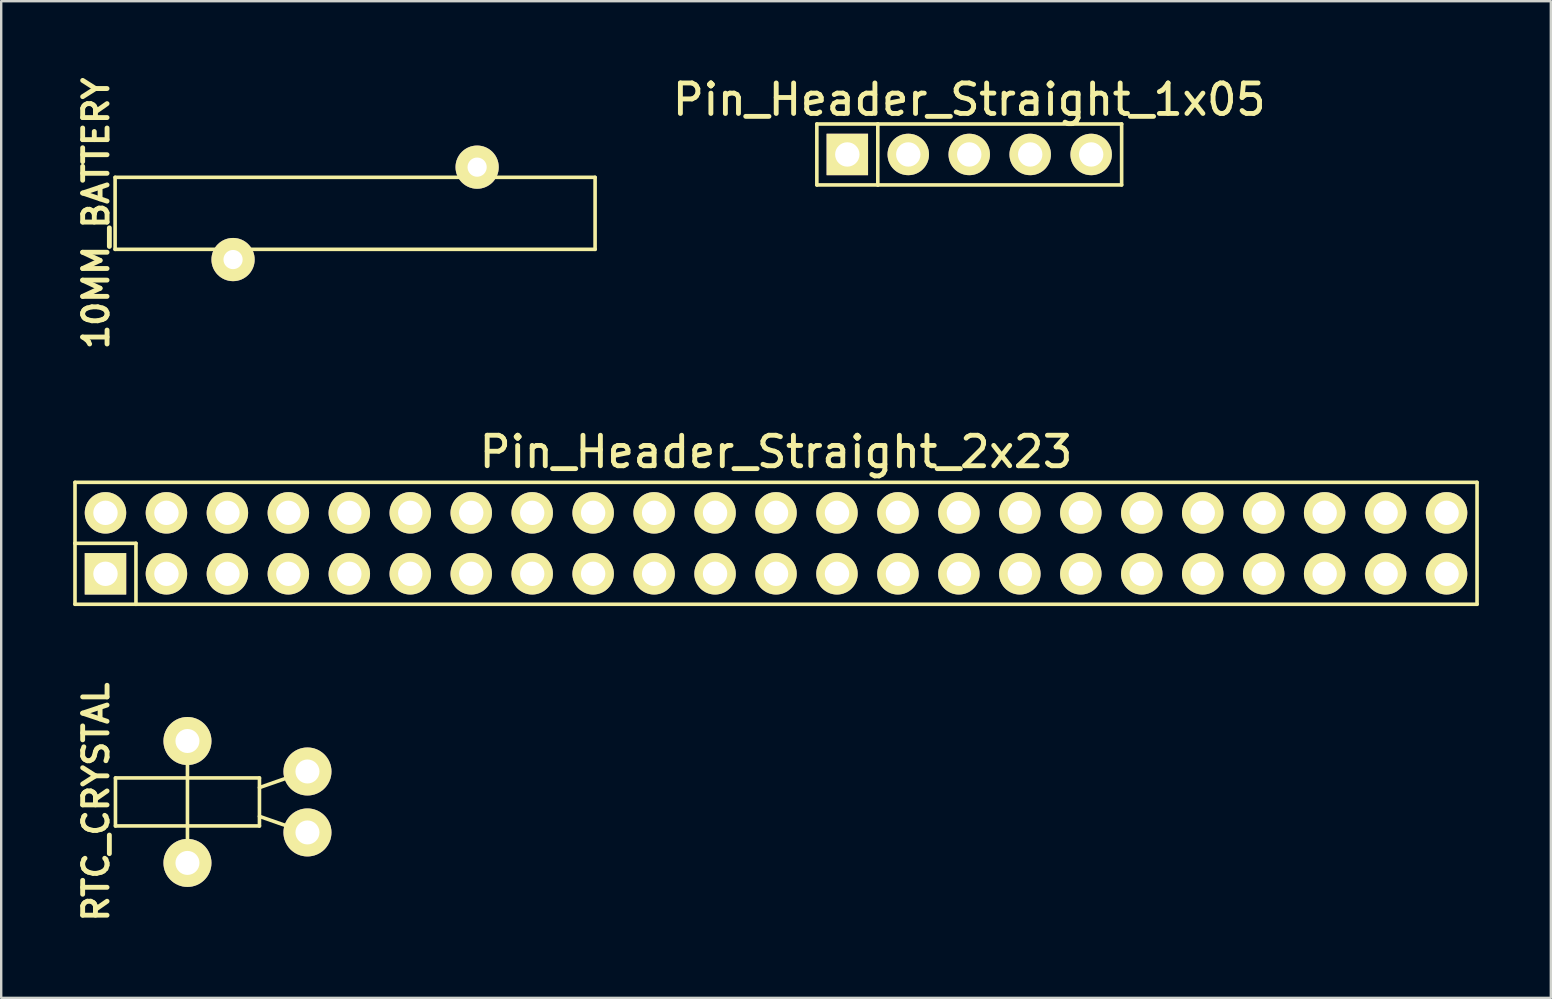
<source format=kicad_pcb>
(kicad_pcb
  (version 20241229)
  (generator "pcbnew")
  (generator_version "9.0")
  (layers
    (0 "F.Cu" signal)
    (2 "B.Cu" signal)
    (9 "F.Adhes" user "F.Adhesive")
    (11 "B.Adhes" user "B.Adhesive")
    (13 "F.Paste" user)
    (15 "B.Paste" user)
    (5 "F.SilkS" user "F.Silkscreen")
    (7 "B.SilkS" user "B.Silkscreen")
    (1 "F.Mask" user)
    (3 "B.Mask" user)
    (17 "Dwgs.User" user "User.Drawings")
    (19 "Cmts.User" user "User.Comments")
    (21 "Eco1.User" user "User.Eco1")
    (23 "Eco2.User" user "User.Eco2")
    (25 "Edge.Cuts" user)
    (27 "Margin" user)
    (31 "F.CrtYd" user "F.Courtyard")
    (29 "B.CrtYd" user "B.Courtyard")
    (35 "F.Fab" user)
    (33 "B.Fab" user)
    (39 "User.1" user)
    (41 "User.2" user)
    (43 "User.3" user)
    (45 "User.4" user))
  (footprint "RTC_CRYSTAL"
    (layer "F.Cu")
    (at 4.761 30.366)
    (property "Reference" "RTC_CRYSTAL" (at -3.81 0 90) (layer "F.SilkS") (effects (font (size 1.016 1.016) (thickness 0.203))))
    (attr through_hole)
    (fp_line (start -3 -1) (end 3 -1) (stroke (width 0.15) (type solid)) (layer "F.SilkS"))
    (fp_line (start -3 1) (end -3 -1) (stroke (width 0.15) (type solid)) (layer "F.SilkS"))
    (fp_line (start 0 -2.6) (end 0 2.5) (stroke (width 0.15) (type solid)) (layer "F.SilkS"))
    (fp_line (start 3 -1) (end 3 1) (stroke (width 0.15) (type solid)) (layer "F.SilkS"))
    (fp_line (start 3 -0.6) (end 5 -1.3) (stroke (width 0.15) (type solid)) (layer "F.SilkS"))
    (fp_line (start 3 0.6) (end 5 1.3) (stroke (width 0.15) (type solid)) (layer "F.SilkS"))
    (fp_line (start 3 1) (end -3 1) (stroke (width 0.15) (type solid)) (layer "F.SilkS"))
    (pad "1" thru_hole circle (at 5 -1.27) (size 2 2) (drill 1) (layers "*.Cu" "*.Mask" "F.SilkS"))
    (pad "2" thru_hole circle (at 5 1.27) (size 2 2) (drill 1) (layers "*.Cu" "*.Mask" "F.SilkS"))
    (pad "3" thru_hole circle (at 0 -2.54) (size 2 2) (drill 1) (layers "*.Cu" "*.Mask" "F.SilkS"))
    (pad "4" thru_hole circle (at 0 2.54) (size 2 2) (drill 1) (layers "*.Cu" "*.Mask" "F.SilkS")))
  (footprint "Pin_Header_Straight_1x05"
    (layer "F.Cu")
    (at 37.336 3.386)
    (property "Reference" "Pin_Header_Straight_1x05" (at 0 -2.286 0) (layer "F.SilkS") (effects (font (size 1.27 1.27) (thickness 0.203))))
    (attr through_hole)
    (fp_line (start -6.35 -1.27) (end -6.35 1.27) (stroke (width 0.15) (type solid)) (layer "F.SilkS"))
    (fp_line (start -6.35 -1.27) (end -3.81 -1.27) (stroke (width 0.15) (type solid)) (layer "F.SilkS"))
    (fp_line (start -6.35 1.27) (end -3.81 1.27) (stroke (width 0.15) (type solid)) (layer "F.SilkS"))
    (fp_line (start -3.81 -1.27) (end -3.81 1.27) (stroke (width 0.15) (type solid)) (layer "F.SilkS"))
    (fp_line (start -3.81 -1.27) (end 6.35 -1.27) (stroke (width 0.15) (type solid)) (layer "F.SilkS"))
    (fp_line (start 6.35 -1.27) (end 6.35 1.27) (stroke (width 0.15) (type solid)) (layer "F.SilkS"))
    (fp_line (start 6.35 1.27) (end -3.81 1.27) (stroke (width 0.15) (type solid)) (layer "F.SilkS"))
    (pad "1" thru_hole rect (at -5.08 0) (size 1.727 1.727) (drill 1.016) (layers "*.Cu" "*.Mask" "F.SilkS"))
    (pad "2" thru_hole circle (at -2.54 0) (size 1.727 1.727) (drill 1.016) (layers "*.Cu" "*.Mask" "F.SilkS"))
    (pad "3" thru_hole circle (at 0 0) (size 1.727 1.727) (drill 1.016) (layers "*.Cu" "*.Mask" "F.SilkS"))
    (pad "4" thru_hole circle (at 2.54 0) (size 1.727 1.727) (drill 1.016) (layers "*.Cu" "*.Mask" "F.SilkS"))
    (pad "5" thru_hole circle (at 5.08 0) (size 1.727 1.727) (drill 1.016) (layers "*.Cu" "*.Mask" "F.SilkS")))
  (footprint "Pin_Header_Straight_2x23"
    (layer "F.Cu")
    (at 29.285 19.589)
    (property "Reference" "Pin_Header_Straight_2x23" (at 0 -3.81 0) (layer "F.SilkS") (effects (font (size 1.27 1.27) (thickness 0.203))))
    (attr through_hole)
    (fp_line (start -29.21 -2.54) (end -29.21 0) (stroke (width 0.15) (type solid)) (layer "F.SilkS"))
    (fp_line (start -29.21 0) (end -26.67 0) (stroke (width 0.15) (type solid)) (layer "F.SilkS"))
    (fp_line (start -29.21 2.54) (end -29.21 0) (stroke (width 0.15) (type solid)) (layer "F.SilkS"))
    (fp_line (start -29.21 2.54) (end -26.67 2.54) (stroke (width 0.15) (type solid)) (layer "F.SilkS"))
    (fp_line (start -26.67 0) (end -26.67 2.54) (stroke (width 0.15) (type solid)) (layer "F.SilkS"))
    (fp_line (start 29.21 -2.54) (end -29.21 -2.54) (stroke (width 0.15) (type solid)) (layer "F.SilkS"))
    (fp_line (start 29.21 -2.54) (end 29.21 2.54) (stroke (width 0.15) (type solid)) (layer "F.SilkS"))
    (fp_line (start 29.21 2.54) (end -26.67 2.54) (stroke (width 0.15) (type solid)) (layer "F.SilkS"))
    (pad "1" thru_hole rect (at -27.94 1.27) (size 1.727 1.727) (drill 1.016) (layers "*.Cu" "*.Mask" "F.SilkS"))
    (pad "2" thru_hole oval (at -27.94 -1.27) (size 1.727 1.727) (drill 1.016) (layers "*.Cu" "*.Mask" "F.SilkS"))
    (pad "3" thru_hole oval (at -25.4 1.27) (size 1.727 1.727) (drill 1.016) (layers "*.Cu" "*.Mask" "F.SilkS"))
    (pad "4" thru_hole oval (at -25.4 -1.27) (size 1.727 1.727) (drill 1.016) (layers "*.Cu" "*.Mask" "F.SilkS"))
    (pad "5" thru_hole oval (at -22.86 1.27) (size 1.727 1.727) (drill 1.016) (layers "*.Cu" "*.Mask" "F.SilkS"))
    (pad "6" thru_hole oval (at -22.86 -1.27) (size 1.727 1.727) (drill 1.016) (layers "*.Cu" "*.Mask" "F.SilkS"))
    (pad "7" thru_hole oval (at -20.32 1.27) (size 1.727 1.727) (drill 1.016) (layers "*.Cu" "*.Mask" "F.SilkS"))
    (pad "8" thru_hole oval (at -20.32 -1.27) (size 1.727 1.727) (drill 1.016) (layers "*.Cu" "*.Mask" "F.SilkS"))
    (pad "9" thru_hole oval (at -17.78 1.27) (size 1.727 1.727) (drill 1.016) (layers "*.Cu" "*.Mask" "F.SilkS"))
    (pad "10" thru_hole oval (at -17.78 -1.27) (size 1.727 1.727) (drill 1.016) (layers "*.Cu" "*.Mask" "F.SilkS"))
    (pad "11" thru_hole oval (at -15.24 1.27) (size 1.727 1.727) (drill 1.016) (layers "*.Cu" "*.Mask" "F.SilkS"))
    (pad "12" thru_hole oval (at -15.24 -1.27) (size 1.727 1.727) (drill 1.016) (layers "*.Cu" "*.Mask" "F.SilkS"))
    (pad "13" thru_hole oval (at -12.7 1.27) (size 1.727 1.727) (drill 1.016) (layers "*.Cu" "*.Mask" "F.SilkS"))
    (pad "14" thru_hole oval (at -12.7 -1.27) (size 1.727 1.727) (drill 1.016) (layers "*.Cu" "*.Mask" "F.SilkS"))
    (pad "15" thru_hole oval (at -10.16 1.27) (size 1.727 1.727) (drill 1.016) (layers "*.Cu" "*.Mask" "F.SilkS"))
    (pad "16" thru_hole oval (at -10.16 -1.27) (size 1.727 1.727) (drill 1.016) (layers "*.Cu" "*.Mask" "F.SilkS"))
    (pad "17" thru_hole oval (at -7.62 1.27) (size 1.727 1.727) (drill 1.016) (layers "*.Cu" "*.Mask" "F.SilkS"))
    (pad "18" thru_hole oval (at -7.62 -1.27) (size 1.727 1.727) (drill 1.016) (layers "*.Cu" "*.Mask" "F.SilkS"))
    (pad "19" thru_hole oval (at -5.08 1.27) (size 1.727 1.727) (drill 1.016) (layers "*.Cu" "*.Mask" "F.SilkS"))
    (pad "20" thru_hole oval (at -5.08 -1.27) (size 1.727 1.727) (drill 1.016) (layers "*.Cu" "*.Mask" "F.SilkS"))
    (pad "21" thru_hole oval (at -2.54 1.27) (size 1.727 1.727) (drill 1.016) (layers "*.Cu" "*.Mask" "F.SilkS"))
    (pad "22" thru_hole oval (at -2.54 -1.27) (size 1.727 1.727) (drill 1.016) (layers "*.Cu" "*.Mask" "F.SilkS"))
    (pad "23" thru_hole oval (at 0 1.27) (size 1.727 1.727) (drill 1.016) (layers "*.Cu" "*.Mask" "F.SilkS"))
    (pad "24" thru_hole oval (at 0 -1.27) (size 1.727 1.727) (drill 1.016) (layers "*.Cu" "*.Mask" "F.SilkS"))
    (pad "25" thru_hole oval (at 2.54 1.27) (size 1.727 1.727) (drill 1.016) (layers "*.Cu" "*.Mask" "F.SilkS"))
    (pad "26" thru_hole oval (at 2.54 -1.27) (size 1.727 1.727) (drill 1.016) (layers "*.Cu" "*.Mask" "F.SilkS"))
    (pad "27" thru_hole oval (at 5.08 1.27) (size 1.727 1.727) (drill 1.016) (layers "*.Cu" "*.Mask" "F.SilkS"))
    (pad "28" thru_hole oval (at 5.08 -1.27) (size 1.727 1.727) (drill 1.016) (layers "*.Cu" "*.Mask" "F.SilkS"))
    (pad "29" thru_hole oval (at 7.62 1.27) (size 1.727 1.727) (drill 1.016) (layers "*.Cu" "*.Mask" "F.SilkS"))
    (pad "30" thru_hole oval (at 7.62 -1.27) (size 1.727 1.727) (drill 1.016) (layers "*.Cu" "*.Mask" "F.SilkS"))
    (pad "31" thru_hole oval (at 10.16 1.27) (size 1.727 1.727) (drill 1.016) (layers "*.Cu" "*.Mask" "F.SilkS"))
    (pad "32" thru_hole oval (at 10.16 -1.27) (size 1.727 1.727) (drill 1.016) (layers "*.Cu" "*.Mask" "F.SilkS"))
    (pad "33" thru_hole oval (at 12.7 1.27) (size 1.727 1.727) (drill 1.016) (layers "*.Cu" "*.Mask" "F.SilkS"))
    (pad "34" thru_hole oval (at 12.7 -1.27) (size 1.727 1.727) (drill 1.016) (layers "*.Cu" "*.Mask" "F.SilkS"))
    (pad "35" thru_hole oval (at 15.24 1.27) (size 1.727 1.727) (drill 1.016) (layers "*.Cu" "*.Mask" "F.SilkS"))
    (pad "36" thru_hole oval (at 15.24 -1.27) (size 1.727 1.727) (drill 1.016) (layers "*.Cu" "*.Mask" "F.SilkS"))
    (pad "37" thru_hole oval (at 17.78 1.27) (size 1.727 1.727) (drill 1.016) (layers "*.Cu" "*.Mask" "F.SilkS"))
    (pad "38" thru_hole oval (at 17.78 -1.27) (size 1.727 1.727) (drill 1.016) (layers "*.Cu" "*.Mask" "F.SilkS"))
    (pad "39" thru_hole oval (at 20.32 1.27) (size 1.727 1.727) (drill 1.016) (layers "*.Cu" "*.Mask" "F.SilkS"))
    (pad "40" thru_hole oval (at 20.32 -1.27) (size 1.727 1.727) (drill 1.016) (layers "*.Cu" "*.Mask" "F.SilkS"))
    (pad "41" thru_hole oval (at 22.86 1.27) (size 1.727 1.727) (drill 1.016) (layers "*.Cu" "*.Mask" "F.SilkS"))
    (pad "42" thru_hole oval (at 22.86 -1.27) (size 1.727 1.727) (drill 1.016) (layers "*.Cu" "*.Mask" "F.SilkS"))
    (pad "43" thru_hole oval (at 25.4 1.27) (size 1.727 1.727) (drill 1.016) (layers "*.Cu" "*.Mask" "F.SilkS"))
    (pad "44" thru_hole oval (at 25.4 -1.27) (size 1.727 1.727) (drill 1.016) (layers "*.Cu" "*.Mask" "F.SilkS"))
    (pad "45" thru_hole oval (at 27.94 1.27) (size 1.727 1.727) (drill 1.016) (layers "*.Cu" "*.Mask" "F.SilkS"))
    (pad "46" thru_hole oval (at 27.94 -1.27) (size 1.727 1.727) (drill 1.016) (layers "*.Cu" "*.Mask" "F.SilkS")))
  (footprint "10MM_BATTERY"
    (layer "F.Cu")
    (at 11.746 5.84)
    (property "Reference" "10MM_BATTERY" (at -10.795 0 90) (layer "F.SilkS") (effects (font (size 1.016 1.016) (thickness 0.203))))
    (attr through_hole)
    (fp_line (start -10 -1.5) (end 10 -1.5) (stroke (width 0.15) (type solid)) (layer "F.SilkS"))
    (fp_line (start -10 1.5) (end -10 -1.5) (stroke (width 0.15) (type solid)) (layer "F.SilkS"))
    (fp_line (start 10 -1.5) (end 10 1.5) (stroke (width 0.15) (type solid)) (layer "F.SilkS"))
    (fp_line (start 10 1.5) (end -10 1.5) (stroke (width 0.15) (type solid)) (layer "F.SilkS"))
    (pad "+" thru_hole circle (at -5.085 1.925) (size 1.8 1.8) (drill 0.8) (layers "*.Cu" "*.Mask" "F.SilkS"))
    (pad "-" thru_hole circle (at 5.085 -1.925) (size 1.8 1.8) (drill 0.8) (layers "*.Cu" "*.Mask" "F.SilkS")))
  (gr_rect
    (start -3 -3)
    (end 61.57 38.528)
    (stroke (width 0.1) (type default))
    (fill no)
    (layer "Edge.Cuts")))
</source>
